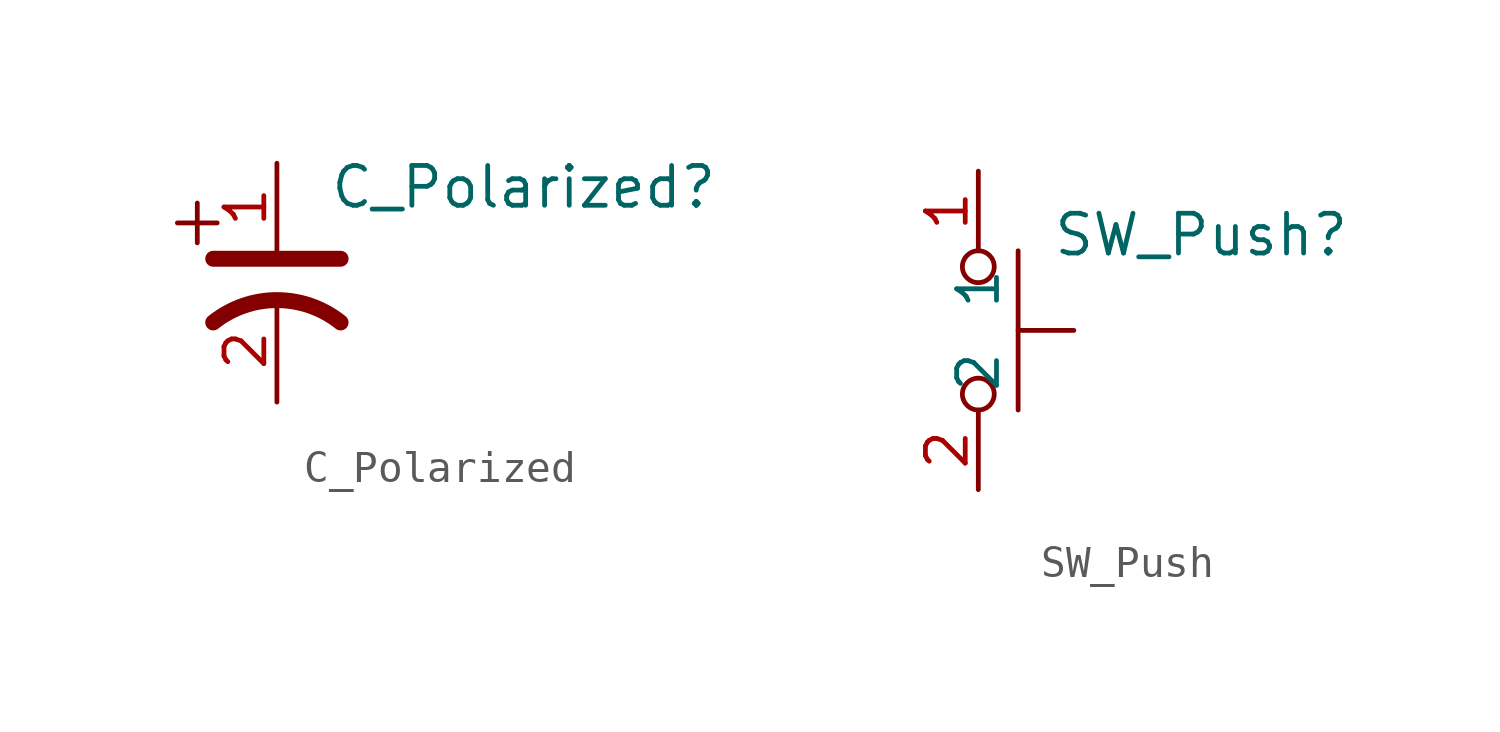
<source format=kicad_sym>
(kicad_symbol_lib
  (version 20241209)
  (generator "kicad_symbol_editor")
  (generator_version "9.0")
  (symbol "C_Polarized"
    (property "Reference" "C_Polarized"
      (at 7.874 3.048 0)
      (effects (font (size 1.27 1.27))))
    (property "Value" ""
      (at 0 0 0)
      (effects (font (size 1.27 1.27))))
    (symbol "C_Polarized_0_1"
      (polyline (pts (xy -3.175 1.905) (xy -1.905 1.905)) (stroke (width 0) (type default)) (fill (type none)))
      (polyline (pts (xy -2.54 1.27) (xy -2.54 2.54)) (stroke (width 0) (type default)) (fill (type none)))
      (polyline (pts (xy -2.032 0.762) (xy 2.032 0.762)) (stroke (width 0.508) (type default)) (fill (type none)))
      (arc (start -2.032 -1.27) (mid 0 -0.5572) (end 2.032 -1.27) (stroke (width 0.508) (type default)) (fill (type none))))
    (symbol "C_Polarized_1_1"
      (pin passive line (at 0 3.81 270) (length 2.794) (name "~" (effects (font (size 1.27 1.27)))) (number "1" (effects (font (size 1.27 1.27)))))
      (pin passive line (at 0 -3.81 90) (length 3.302) (name "~" (effects (font (size 1.27 1.27)))) (number "2" (effects (font (size 1.27 1.27)))))))
  (symbol "SW_Push"
    (property "Reference" "SW_Push"
      (at 5.842 3.048 0)
      (effects (font (size 1.27 1.27))))
    (property "Value" ""
      (at -1.27 0 90)
      (effects (font (size 1.27 1.27))))
    (symbol "SW_Push_0_1"
      (circle (center -1.27 2.032) (radius 0.508) (stroke (width 0) (type default)) (fill (type none)))
      (circle (center -1.27 -2.032) (radius 0.508) (stroke (width 0) (type default)) (fill (type none)))
      (polyline (pts (xy 0 0) (xy 1.778 0)) (stroke (width 0) (type default)) (fill (type none)))
      (polyline (pts (xy 0 -2.54) (xy 0 2.54)) (stroke (width 0) (type default)) (fill (type none)))
      (pin passive line (at -1.27 5.08 270) (length 2.54) (name "1" (effects (font (size 1.27 1.27)))) (number "1" (effects (font (size 1.27 1.27)))))
      (pin passive line (at -1.27 -5.08 90) (length 2.54) (name "2" (effects (font (size 1.27 1.27)))) (number "2" (effects (font (size 1.27 1.27))))))))
</source>
